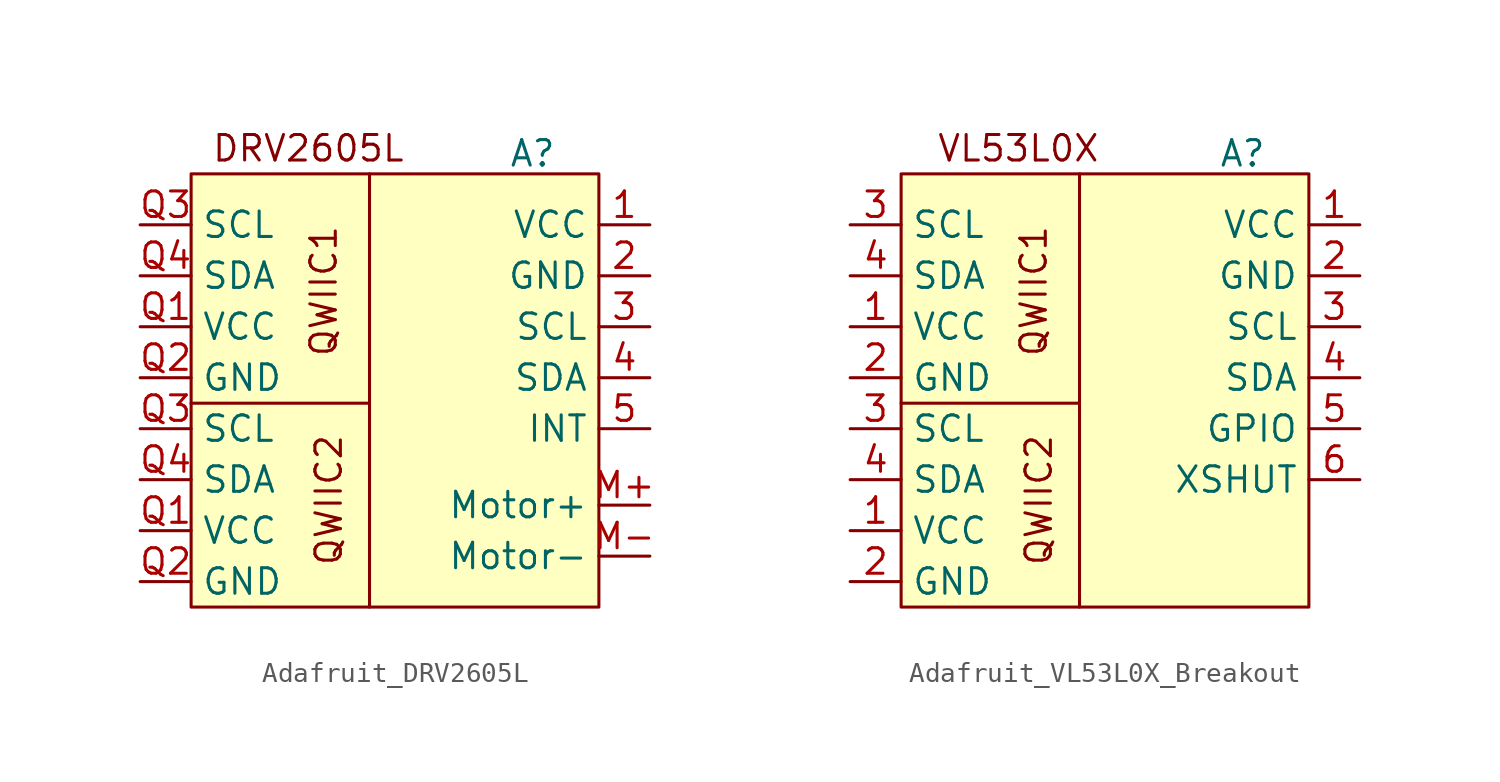
<source format=kicad_sym>
(kicad_symbol_lib
  (version 20241209)
  (generator "kicad_symbol_editor")
  (generator_version "9.0")
  (symbol "Adafruit_DRV2605L"
    (property "Reference" "A"
      (at 6.858 8.636 0)
      (effects (font (size 1.27 1.27))))
    (property "Value" ""
      (at 0 0 0)
      (effects (font (size 1.27 1.27))))
    (symbol "Adafruit_DRV2605L_0_1"
      (polyline (pts (xy -10.16 -3.81) (xy -1.27 -3.81) (xy -1.27 7.62) (xy -1.27 -13.97)) (stroke (width 0) (type default)) (fill (type none))))
    (symbol "Adafruit_DRV2605L_1_1"
      (rectangle (start -10.16 7.62) (end 10.16 -13.97) (stroke (width 0) (type solid)) (fill (type background)))
      (text "DRV2605L" (at -4.318 8.89 0) (effects (font (size 1.27 1.27))))
      (text "QWIIC1" (at -3.556 1.778 900) (effects (font (size 1.27 1.27))))
      (text "QWIIC2" (at -3.302 -8.636 900) (effects (font (size 1.27 1.27))))
      (pin bidirectional line (at -12.7 5.08 0) (length 2.54) (name "SCL" (effects (font (size 1.27 1.27)))) (number "Q3" (effects (font (size 1.27 1.27)))))
      (pin bidirectional line (at -12.7 2.54 0) (length 2.54) (name "SDA" (effects (font (size 1.27 1.27)))) (number "Q4" (effects (font (size 1.27 1.27)))))
      (pin power_in line (at -12.7 0 0) (length 2.54) (name "VCC" (effects (font (size 1.27 1.27)))) (number "Q1" (effects (font (size 1.27 1.27)))))
      (pin power_in line (at -12.7 -2.54 0) (length 2.54) (name "GND" (effects (font (size 1.27 1.27)))) (number "Q2" (effects (font (size 1.27 1.27)))))
      (pin bidirectional line (at -12.7 -5.08 0) (length 2.54) (name "SCL" (effects (font (size 1.27 1.27)))) (number "Q3" (effects (font (size 1.27 1.27)))))
      (pin bidirectional line (at -12.7 -7.62 0) (length 2.54) (name "SDA" (effects (font (size 1.27 1.27)))) (number "Q4" (effects (font (size 1.27 1.27)))))
      (pin power_in line (at -12.7 -10.16 0) (length 2.54) (name "VCC" (effects (font (size 1.27 1.27)))) (number "Q1" (effects (font (size 1.27 1.27)))))
      (pin power_in line (at -12.7 -12.7 0) (length 2.54) (name "GND" (effects (font (size 1.27 1.27)))) (number "Q2" (effects (font (size 1.27 1.27)))))
      (pin power_in line (at 12.7 5.08 180) (length 2.54) (name "VCC" (effects (font (size 1.27 1.27)))) (number "1" (effects (font (size 1.27 1.27)))))
      (pin power_in line (at 12.7 2.54 180) (length 2.54) (name "GND" (effects (font (size 1.27 1.27)))) (number "2" (effects (font (size 1.27 1.27)))))
      (pin bidirectional line (at 12.7 0 180) (length 2.54) (name "SCL" (effects (font (size 1.27 1.27)))) (number "3" (effects (font (size 1.27 1.27)))))
      (pin bidirectional line (at 12.7 -2.54 180) (length 2.54) (name "SDA" (effects (font (size 1.27 1.27)))) (number "4" (effects (font (size 1.27 1.27)))))
      (pin input line (at 12.7 -5.08 180) (length 2.54) (name "INT" (effects (font (size 1.27 1.27)))) (number "5" (effects (font (size 1.27 1.27)))))
      (pin output line (at 12.7 -8.89 180) (length 2.54) (name "Motor+" (effects (font (size 1.27 1.27)))) (number "M+" (effects (font (size 1.27 1.27)))))
      (pin output line (at 12.7 -11.43 180) (length 2.54) (name "Motor-" (effects (font (size 1.27 1.27)))) (number "M-" (effects (font (size 1.27 1.27)))))))
  (symbol "Adafruit_VL53L0X_Breakout"
    (property "Reference" "A"
      (at 6.858 8.636 0)
      (effects (font (size 1.27 1.27))))
    (property "Value" ""
      (at 0 0 0)
      (effects (font (size 1.27 1.27))))
    (symbol "Adafruit_VL53L0X_Breakout_0_1"
      (polyline (pts (xy -10.16 -3.81) (xy -1.27 -3.81) (xy -1.27 7.62) (xy -1.27 -13.97)) (stroke (width 0) (type default)) (fill (type none))))
    (symbol "Adafruit_VL53L0X_Breakout_1_1"
      (rectangle (start -10.16 7.62) (end 10.16 -13.97) (stroke (width 0) (type solid)) (fill (type background)))
      (text "VL53L0X" (at -4.318 8.89 0) (effects (font (size 1.27 1.27))))
      (text "QWIIC1" (at -3.556 1.778 900) (effects (font (size 1.27 1.27))))
      (text "QWIIC2" (at -3.302 -8.636 900) (effects (font (size 1.27 1.27))))
      (pin bidirectional line (at -12.7 5.08 0) (length 2.54) (name "SCL" (effects (font (size 1.27 1.27)))) (number "3" (effects (font (size 1.27 1.27)))))
      (pin bidirectional line (at -12.7 2.54 0) (length 2.54) (name "SDA" (effects (font (size 1.27 1.27)))) (number "4" (effects (font (size 1.27 1.27)))))
      (pin power_in line (at -12.7 0 0) (length 2.54) (name "VCC" (effects (font (size 1.27 1.27)))) (number "1" (effects (font (size 1.27 1.27)))))
      (pin power_in line (at -12.7 -2.54 0) (length 2.54) (name "GND" (effects (font (size 1.27 1.27)))) (number "2" (effects (font (size 1.27 1.27)))))
      (pin bidirectional line (at -12.7 -5.08 0) (length 2.54) (name "SCL" (effects (font (size 1.27 1.27)))) (number "3" (effects (font (size 1.27 1.27)))))
      (pin bidirectional line (at -12.7 -7.62 0) (length 2.54) (name "SDA" (effects (font (size 1.27 1.27)))) (number "4" (effects (font (size 1.27 1.27)))))
      (pin power_in line (at -12.7 -10.16 0) (length 2.54) (name "VCC" (effects (font (size 1.27 1.27)))) (number "1" (effects (font (size 1.27 1.27)))))
      (pin power_in line (at -12.7 -12.7 0) (length 2.54) (name "GND" (effects (font (size 1.27 1.27)))) (number "2" (effects (font (size 1.27 1.27)))))
      (pin power_in line (at 12.7 5.08 180) (length 2.54) (name "VCC" (effects (font (size 1.27 1.27)))) (number "1" (effects (font (size 1.27 1.27)))))
      (pin power_in line (at 12.7 2.54 180) (length 2.54) (name "GND" (effects (font (size 1.27 1.27)))) (number "2" (effects (font (size 1.27 1.27)))))
      (pin bidirectional line (at 12.7 0 180) (length 2.54) (name "SCL" (effects (font (size 1.27 1.27)))) (number "3" (effects (font (size 1.27 1.27)))))
      (pin bidirectional line (at 12.7 -2.54 180) (length 2.54) (name "SDA" (effects (font (size 1.27 1.27)))) (number "4" (effects (font (size 1.27 1.27)))))
      (pin bidirectional line (at 12.7 -5.08 180) (length 2.54) (name "GPIO" (effects (font (size 1.27 1.27)))) (number "5" (effects (font (size 1.27 1.27)))))
      (pin input line (at 12.7 -7.62 180) (length 2.54) (name "XSHUT" (effects (font (size 1.27 1.27)))) (number "6" (effects (font (size 1.27 1.27))))))))
</source>
